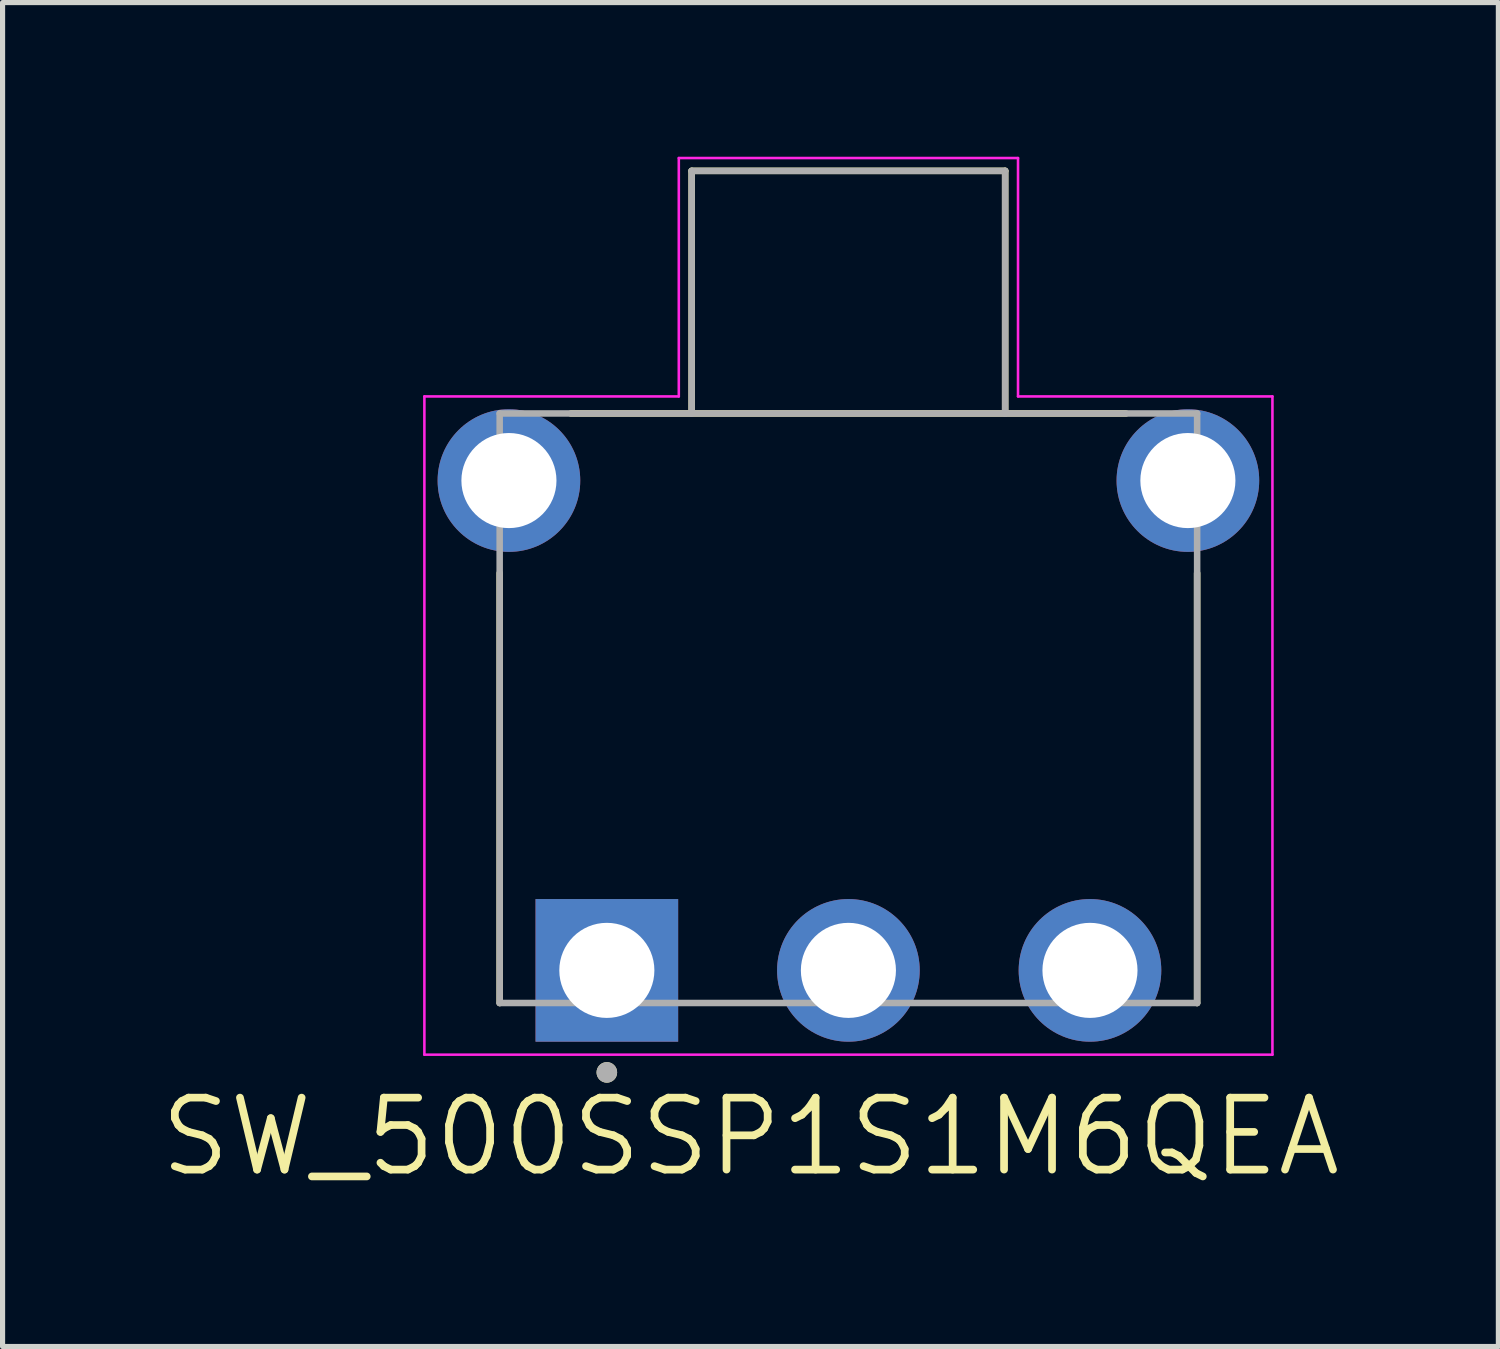
<source format=kicad_pcb>
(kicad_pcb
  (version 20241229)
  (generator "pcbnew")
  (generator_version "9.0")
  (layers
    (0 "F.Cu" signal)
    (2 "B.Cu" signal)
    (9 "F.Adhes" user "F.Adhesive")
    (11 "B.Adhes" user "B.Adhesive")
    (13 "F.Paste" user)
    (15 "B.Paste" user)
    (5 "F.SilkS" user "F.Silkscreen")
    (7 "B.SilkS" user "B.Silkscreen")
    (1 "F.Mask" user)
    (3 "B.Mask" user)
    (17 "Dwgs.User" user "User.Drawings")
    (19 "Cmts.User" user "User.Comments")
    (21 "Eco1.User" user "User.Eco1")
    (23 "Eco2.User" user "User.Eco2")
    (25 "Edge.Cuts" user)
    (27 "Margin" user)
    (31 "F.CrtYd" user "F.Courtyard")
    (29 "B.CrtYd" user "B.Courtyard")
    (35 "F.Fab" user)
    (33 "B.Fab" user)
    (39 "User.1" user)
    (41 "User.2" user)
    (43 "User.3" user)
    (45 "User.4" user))
  (footprint "SW_500SSP1S1M6QEA"
    (layer "F.Cu")
    (at 13.457 11.065)
    (property "Reference" "SW_500SSP1S1M6QEA" (at -1.905 8.001 0) (layer "F.SilkS") (effects (font (size 1.4 1.4) (thickness 0.15))))
    (attr through_hole)
    (fp_line (start -6.785 -2.964) (end -6.785 5.4) (stroke (width 0.127) (type solid)) (layer "F.SilkS"))
    (fp_line (start -5.4 -6.07) (end 5.4 -6.07) (stroke (width 0.127) (type solid)) (layer "F.SilkS"))
    (fp_line (start -3.05 -10.79) (end 3.05 -10.79) (stroke (width 0.127) (type solid)) (layer "F.SilkS"))
    (fp_line (start -3.05 -6.075) (end -3.05 -10.79) (stroke (width 0.127) (type solid)) (layer "F.SilkS"))
    (fp_line (start 3.05 -10.79) (end 3.05 -6.075) (stroke (width 0.127) (type solid)) (layer "F.SilkS"))
    (fp_line (start 6.785 -2.964) (end 6.785 5.4) (stroke (width 0.127) (type solid)) (layer "F.SilkS"))
    (fp_circle (center -4.7 6.75) (end -4.6 6.75) (stroke (width 0.2) (type solid)) (fill no) (layer "F.SilkS"))
    (fp_line (start -8.25 -6.402) (end -8.25 6.405) (stroke (width 0.05) (type solid)) (layer "F.CrtYd"))
    (fp_line (start -8.25 6.405) (end 8.25 6.405) (stroke (width 0.05) (type solid)) (layer "F.CrtYd"))
    (fp_line (start -3.3 -11.04) (end -3.3 -6.402) (stroke (width 0.05) (type solid)) (layer "F.CrtYd"))
    (fp_line (start -3.3 -6.402) (end -8.25 -6.402) (stroke (width 0.05) (type solid)) (layer "F.CrtYd"))
    (fp_line (start 3.3 -11.04) (end -3.3 -11.04) (stroke (width 0.05) (type solid)) (layer "F.CrtYd"))
    (fp_line (start 3.3 -6.402) (end 3.3 -11.04) (stroke (width 0.05) (type solid)) (layer "F.CrtYd"))
    (fp_line (start 8.25 -6.402) (end 3.3 -6.402) (stroke (width 0.05) (type solid)) (layer "F.CrtYd"))
    (fp_line (start 8.25 6.405) (end 8.25 -6.402) (stroke (width 0.05) (type solid)) (layer "F.CrtYd"))
    (fp_line (start -6.785 -6.07) (end -6.785 5.4) (stroke (width 0.127) (type solid)) (layer "F.Fab"))
    (fp_line (start -6.785 5.4) (end 6.785 5.4) (stroke (width 0.127) (type solid)) (layer "F.Fab"))
    (fp_line (start -3.05 -10.79) (end 3.05 -10.79) (stroke (width 0.127) (type solid)) (layer "F.Fab"))
    (fp_line (start -3.05 -6.07) (end -6.785 -6.07) (stroke (width 0.127) (type solid)) (layer "F.Fab"))
    (fp_line (start -3.05 -6.07) (end -3.05 -10.79) (stroke (width 0.127) (type solid)) (layer "F.Fab"))
    (fp_line (start 3.05 -10.79) (end 3.05 -6.07) (stroke (width 0.127) (type solid)) (layer "F.Fab"))
    (fp_line (start 3.05 -6.07) (end -3.05 -6.07) (stroke (width 0.127) (type solid)) (layer "F.Fab"))
    (fp_line (start 6.785 -6.07) (end 3.05 -6.07) (stroke (width 0.127) (type solid)) (layer "F.Fab"))
    (fp_line (start 6.785 5.4) (end 6.785 -6.07) (stroke (width 0.127) (type solid)) (layer "F.Fab"))
    (fp_circle (center -4.7 6.75) (end -4.6 6.75) (stroke (width 0.2) (type solid)) (fill no) (layer "F.Fab"))
    (pad "1" thru_hole rect (at -4.7 4.765) (size 2.775 2.775) (drill 1.85) (layers "*.Cu" "*.Mask"))
    (pad "2" thru_hole circle (at 0 4.765) (size 2.775 2.775) (drill 1.85) (layers "*.Cu" "*.Mask"))
    (pad "3" thru_hole circle (at 4.7 4.765) (size 2.775 2.775) (drill 1.85) (layers "*.Cu" "*.Mask"))
    (pad "MP" thru_hole circle (at -6.605 -4.765) (size 2.775 2.775) (drill 1.85) (layers "*.Cu" "*.Mask"))
    (pad "MP" thru_hole circle (at 6.605 -4.765) (size 2.775 2.775) (drill 1.85) (layers "*.Cu" "*.Mask")))
  (gr_rect
    (start -3 -3)
    (end 26.103 23.148)
    (stroke (width 0.1) (type default))
    (fill no)
    (layer "Edge.Cuts")))
</source>
